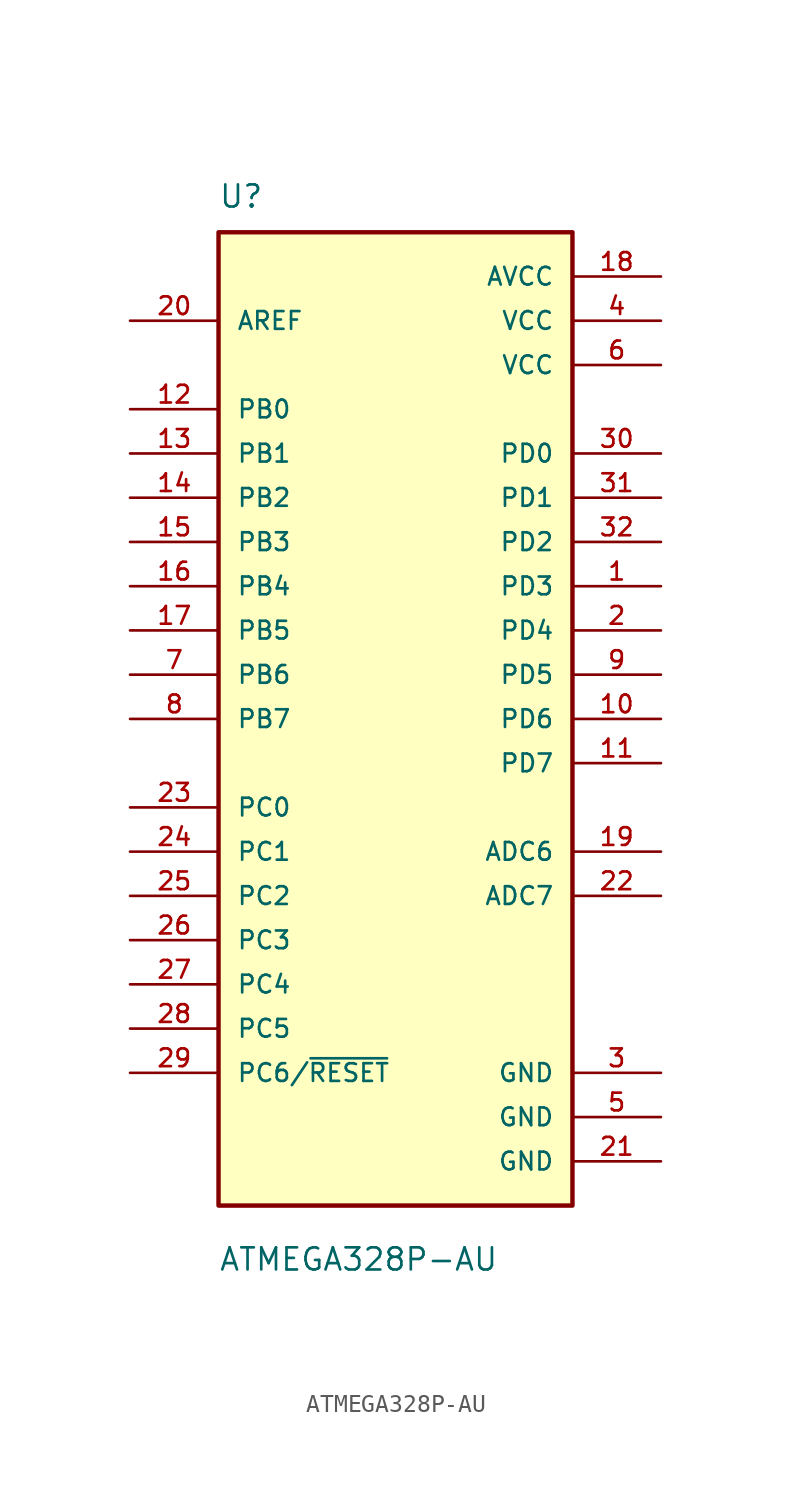
<source format=kicad_sym>
(kicad_symbol_lib
  (version 20211014)
  (generator kicad_symbol_editor)
  (symbol "ATMEGA328P-AU"
    (pin_names
      (offset 1.016))
    (property "Reference" "U"
      (at -10.175 29.255 0)
      (effects (font (size 1.27 1.27)) (justify left bottom)))
    (property "Value" "ATMEGA328P-AU"
      (at -10.167 -31.771 0)
      (effects (font (size 1.27 1.27)) (justify left bottom)))
    (symbol "ATMEGA328P-AU_0_0"
      (rectangle (start -10.16 -27.94) (end 10.16 27.94) (stroke (width 0.254) (type default) (color 0 0 0 0)) (fill (type background)))
      (pin bidirectional line (at 15.24 7.62 180) (length 5.08) (name "PD3" (effects (font (size 1.016 1.016)))) (number "1" (effects (font (size 1.016 1.016)))))
      (pin bidirectional line (at 15.24 0 180) (length 5.08) (name "PD6" (effects (font (size 1.016 1.016)))) (number "10" (effects (font (size 1.016 1.016)))))
      (pin bidirectional line (at 15.24 -2.54 180) (length 5.08) (name "PD7" (effects (font (size 1.016 1.016)))) (number "11" (effects (font (size 1.016 1.016)))))
      (pin bidirectional line (at -15.24 17.78 0) (length 5.08) (name "PB0" (effects (font (size 1.016 1.016)))) (number "12" (effects (font (size 1.016 1.016)))))
      (pin bidirectional line (at -15.24 15.24 0) (length 5.08) (name "PB1" (effects (font (size 1.016 1.016)))) (number "13" (effects (font (size 1.016 1.016)))))
      (pin bidirectional line (at -15.24 12.7 0) (length 5.08) (name "PB2" (effects (font (size 1.016 1.016)))) (number "14" (effects (font (size 1.016 1.016)))))
      (pin bidirectional line (at -15.24 10.16 0) (length 5.08) (name "PB3" (effects (font (size 1.016 1.016)))) (number "15" (effects (font (size 1.016 1.016)))))
      (pin bidirectional line (at -15.24 7.62 0) (length 5.08) (name "PB4" (effects (font (size 1.016 1.016)))) (number "16" (effects (font (size 1.016 1.016)))))
      (pin bidirectional line (at -15.24 5.08 0) (length 5.08) (name "PB5" (effects (font (size 1.016 1.016)))) (number "17" (effects (font (size 1.016 1.016)))))
      (pin power_in line (at 15.24 25.4 180) (length 5.08) (name "AVCC" (effects (font (size 1.016 1.016)))) (number "18" (effects (font (size 1.016 1.016)))))
      (pin bidirectional line (at 15.24 -7.62 180) (length 5.08) (name "ADC6" (effects (font (size 1.016 1.016)))) (number "19" (effects (font (size 1.016 1.016)))))
      (pin bidirectional line (at 15.24 5.08 180) (length 5.08) (name "PD4" (effects (font (size 1.016 1.016)))) (number "2" (effects (font (size 1.016 1.016)))))
      (pin input line (at -15.24 22.86 0) (length 5.08) (name "AREF" (effects (font (size 1.016 1.016)))) (number "20" (effects (font (size 1.016 1.016)))))
      (pin power_in line (at 15.24 -25.4 180) (length 5.08) (name "GND" (effects (font (size 1.016 1.016)))) (number "21" (effects (font (size 1.016 1.016)))))
      (pin bidirectional line (at 15.24 -10.16 180) (length 5.08) (name "ADC7" (effects (font (size 1.016 1.016)))) (number "22" (effects (font (size 1.016 1.016)))))
      (pin bidirectional line (at -15.24 -5.08 0) (length 5.08) (name "PC0" (effects (font (size 1.016 1.016)))) (number "23" (effects (font (size 1.016 1.016)))))
      (pin bidirectional line (at -15.24 -7.62 0) (length 5.08) (name "PC1" (effects (font (size 1.016 1.016)))) (number "24" (effects (font (size 1.016 1.016)))))
      (pin bidirectional line (at -15.24 -10.16 0) (length 5.08) (name "PC2" (effects (font (size 1.016 1.016)))) (number "25" (effects (font (size 1.016 1.016)))))
      (pin bidirectional line (at -15.24 -12.7 0) (length 5.08) (name "PC3" (effects (font (size 1.016 1.016)))) (number "26" (effects (font (size 1.016 1.016)))))
      (pin bidirectional line (at -15.24 -15.24 0) (length 5.08) (name "PC4" (effects (font (size 1.016 1.016)))) (number "27" (effects (font (size 1.016 1.016)))))
      (pin bidirectional line (at -15.24 -17.78 0) (length 5.08) (name "PC5" (effects (font (size 1.016 1.016)))) (number "28" (effects (font (size 1.016 1.016)))))
      (pin bidirectional line (at -15.24 -20.32 0) (length 5.08) (name "PC6/~{RESET}" (effects (font (size 1.016 1.016)))) (number "29" (effects (font (size 1.016 1.016)))))
      (pin power_in line (at 15.24 -20.32 180) (length 5.08) (name "GND" (effects (font (size 1.016 1.016)))) (number "3" (effects (font (size 1.016 1.016)))))
      (pin bidirectional line (at 15.24 15.24 180) (length 5.08) (name "PD0" (effects (font (size 1.016 1.016)))) (number "30" (effects (font (size 1.016 1.016)))))
      (pin bidirectional line (at 15.24 12.7 180) (length 5.08) (name "PD1" (effects (font (size 1.016 1.016)))) (number "31" (effects (font (size 1.016 1.016)))))
      (pin bidirectional line (at 15.24 10.16 180) (length 5.08) (name "PD2" (effects (font (size 1.016 1.016)))) (number "32" (effects (font (size 1.016 1.016)))))
      (pin power_in line (at 15.24 22.86 180) (length 5.08) (name "VCC" (effects (font (size 1.016 1.016)))) (number "4" (effects (font (size 1.016 1.016)))))
      (pin power_in line (at 15.24 -22.86 180) (length 5.08) (name "GND" (effects (font (size 1.016 1.016)))) (number "5" (effects (font (size 1.016 1.016)))))
      (pin power_in line (at 15.24 20.32 180) (length 5.08) (name "VCC" (effects (font (size 1.016 1.016)))) (number "6" (effects (font (size 1.016 1.016)))))
      (pin bidirectional line (at -15.24 2.54 0) (length 5.08) (name "PB6" (effects (font (size 1.016 1.016)))) (number "7" (effects (font (size 1.016 1.016)))))
      (pin bidirectional line (at -15.24 0 0) (length 5.08) (name "PB7" (effects (font (size 1.016 1.016)))) (number "8" (effects (font (size 1.016 1.016)))))
      (pin bidirectional line (at 15.24 2.54 180) (length 5.08) (name "PD5" (effects (font (size 1.016 1.016)))) (number "9" (effects (font (size 1.016 1.016))))))))
</source>
